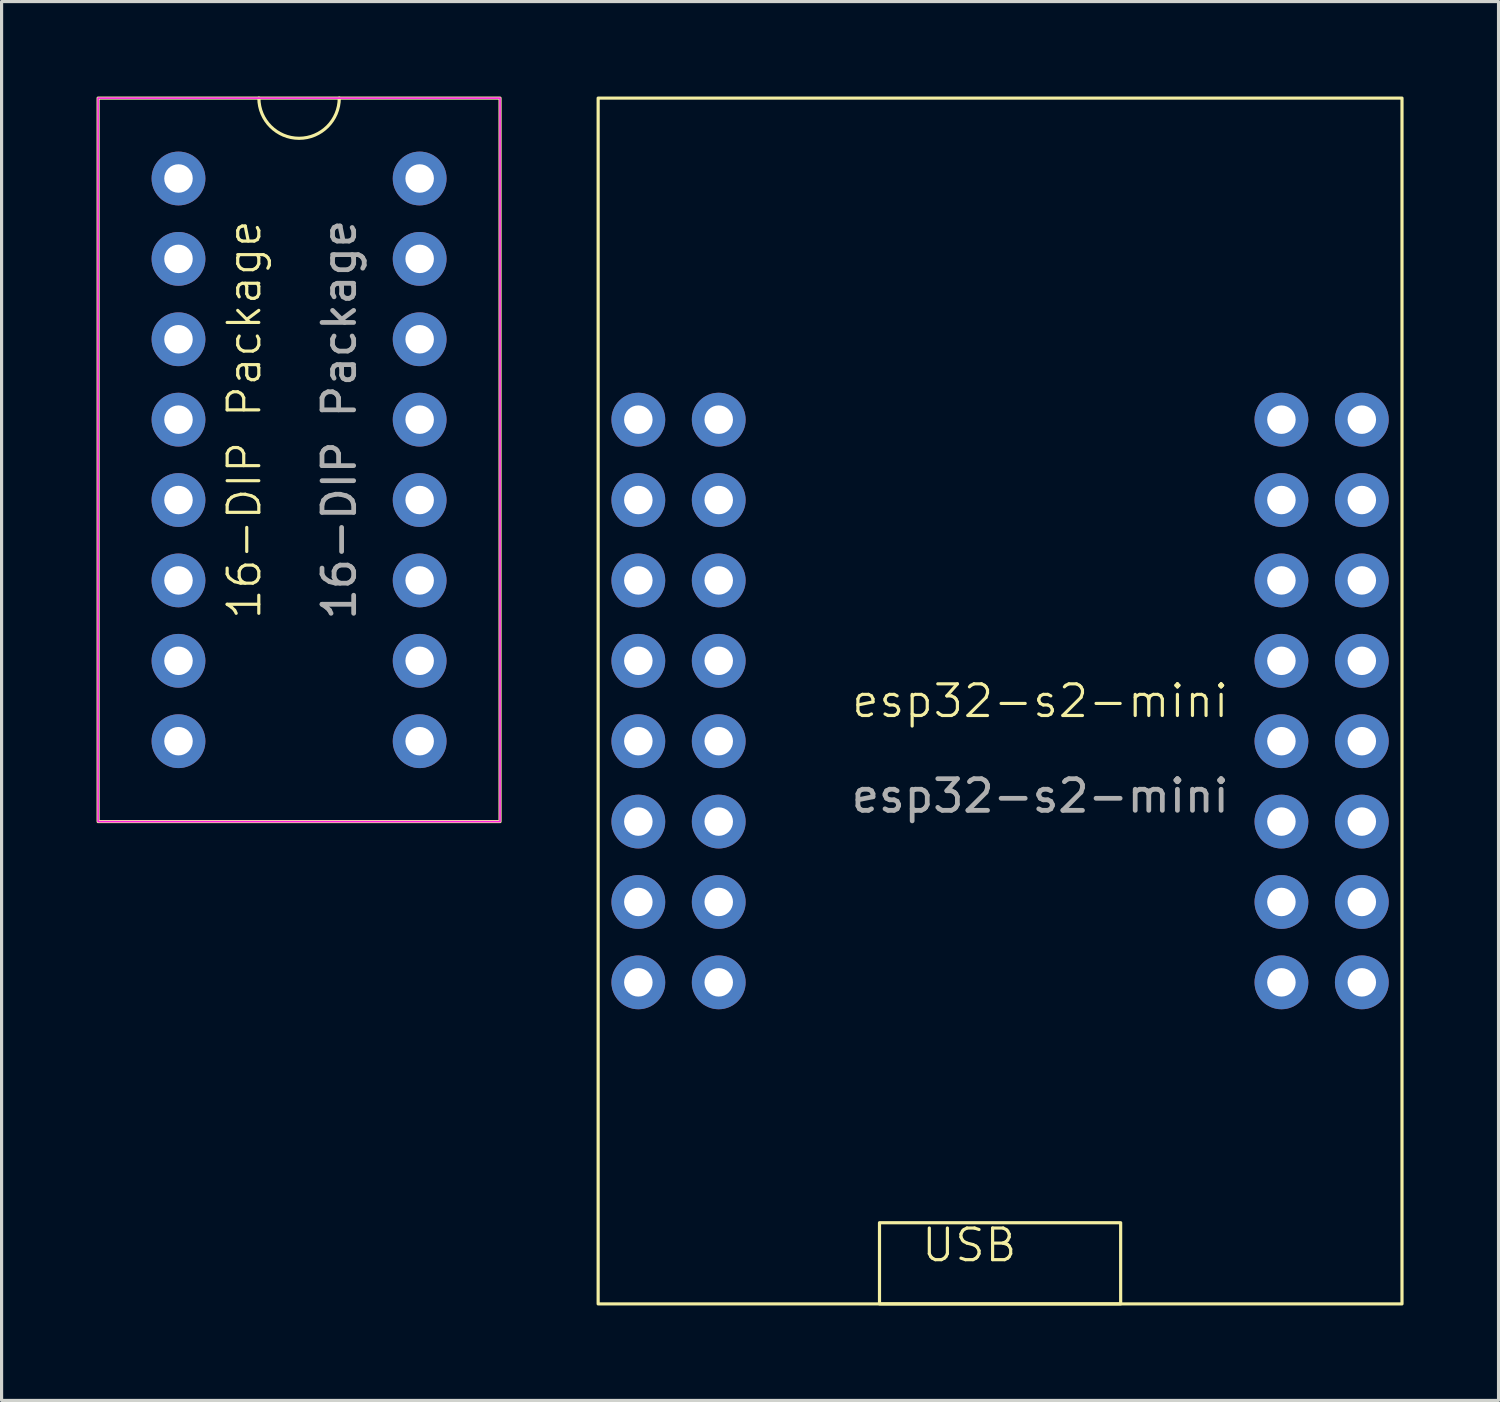
<source format=kicad_pcb>
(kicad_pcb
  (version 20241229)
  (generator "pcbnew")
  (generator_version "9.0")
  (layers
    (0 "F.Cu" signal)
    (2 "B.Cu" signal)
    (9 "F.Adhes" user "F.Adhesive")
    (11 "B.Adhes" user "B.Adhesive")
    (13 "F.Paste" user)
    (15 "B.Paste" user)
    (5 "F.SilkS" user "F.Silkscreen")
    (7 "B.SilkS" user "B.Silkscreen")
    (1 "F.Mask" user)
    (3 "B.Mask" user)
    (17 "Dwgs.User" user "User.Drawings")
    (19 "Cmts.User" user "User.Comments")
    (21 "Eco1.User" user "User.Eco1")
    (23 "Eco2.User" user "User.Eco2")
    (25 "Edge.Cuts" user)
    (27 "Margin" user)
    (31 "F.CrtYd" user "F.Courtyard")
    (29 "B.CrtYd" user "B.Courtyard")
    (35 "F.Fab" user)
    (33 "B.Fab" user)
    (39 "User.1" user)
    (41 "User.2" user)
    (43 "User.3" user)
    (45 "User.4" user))
  (footprint "esp32-s2-mini"
    (layer "F.Cu")
    (at 17.12 27.99)
    (property "Reference" "esp32-s2-mini" (at 12.7 -8.89 0) (unlocked yes) (layer "F.SilkS") (effects (font (size 1 1) (thickness 0.1))))
    (attr through_hole)
    (fp_rect (start -1.27 -27.94) (end 24.13 10.16) (stroke (width 0.1) (type default)) (fill no) (layer "F.SilkS"))
    (fp_rect (start 7.62 7.595) (end 15.24 10.16) (stroke (width 0.1) (type default)) (fill no) (layer "F.SilkS"))
    (fp_text user "USB" (at 8.89 8.89 0) (unlocked yes) (layer "F.SilkS") (effects (font (size 1 1) (thickness 0.1)) (justify left bottom)))
    (fp_text user "${REFERENCE}" (at 12.7 -5.89 0) (unlocked yes) (layer "F.Fab") (effects (font (size 1 1) (thickness 0.15))))
    (pad "1" thru_hole oval (at 0 -17.78) (size 1.7 1.7) (drill 0.9) (layers "*.Cu" "*.Mask"))
    (pad "2" thru_hole oval (at 0 -15.24) (size 1.7 1.7) (drill 0.9) (layers "*.Cu" "*.Mask"))
    (pad "3" thru_hole oval (at 0 -12.7) (size 1.7 1.7) (drill 0.9) (layers "*.Cu" "*.Mask"))
    (pad "4" thru_hole oval (at 0 -10.16) (size 1.7 1.7) (drill 0.9) (layers "*.Cu" "*.Mask"))
    (pad "5" thru_hole oval (at 0 -7.62) (size 1.7 1.7) (drill 0.9) (layers "*.Cu" "*.Mask"))
    (pad "6" thru_hole oval (at 0 -5.08) (size 1.7 1.7) (drill 0.9) (layers "*.Cu" "*.Mask"))
    (pad "7" thru_hole oval (at 0 -2.54) (size 1.7 1.7) (drill 0.9) (layers "*.Cu" "*.Mask"))
    (pad "8" thru_hole oval (at 0 0) (size 1.7 1.7) (drill 0.9) (layers "*.Cu" "*.Mask"))
    (pad "9" thru_hole oval (at 2.54 -17.78) (size 1.7 1.7) (drill 0.9) (layers "*.Cu" "*.Mask"))
    (pad "10" thru_hole oval (at 2.54 -15.24) (size 1.7 1.7) (drill 0.9) (layers "*.Cu" "*.Mask"))
    (pad "11" thru_hole oval (at 2.54 -12.7) (size 1.7 1.7) (drill 0.9) (layers "*.Cu" "*.Mask"))
    (pad "12" thru_hole oval (at 2.54 -10.16) (size 1.7 1.7) (drill 0.9) (layers "*.Cu" "*.Mask"))
    (pad "13" thru_hole oval (at 2.54 -7.62) (size 1.7 1.7) (drill 0.9) (layers "*.Cu" "*.Mask"))
    (pad "14" thru_hole oval (at 2.54 -5.08) (size 1.7 1.7) (drill 0.9) (layers "*.Cu" "*.Mask"))
    (pad "15" thru_hole oval (at 2.54 -2.54) (size 1.7 1.7) (drill 0.9) (layers "*.Cu" "*.Mask"))
    (pad "16" thru_hole oval (at 2.54 0) (size 1.7 1.7) (drill 0.9) (layers "*.Cu" "*.Mask"))
    (pad "17" thru_hole oval (at 20.32 -17.78) (size 1.7 1.7) (drill 0.9) (layers "*.Cu" "*.Mask"))
    (pad "18" thru_hole oval (at 20.32 -15.24) (size 1.7 1.7) (drill 0.9) (layers "*.Cu" "*.Mask"))
    (pad "19" thru_hole oval (at 20.32 -12.7) (size 1.7 1.7) (drill 0.9) (layers "*.Cu" "*.Mask"))
    (pad "20" thru_hole oval (at 20.32 -10.16) (size 1.7 1.7) (drill 0.9) (layers "*.Cu" "*.Mask"))
    (pad "21" thru_hole oval (at 20.32 -7.62) (size 1.7 1.7) (drill 0.9) (layers "*.Cu" "*.Mask"))
    (pad "22" thru_hole oval (at 20.32 -5.08) (size 1.7 1.7) (drill 0.9) (layers "*.Cu" "*.Mask"))
    (pad "23" thru_hole oval (at 20.32 -2.54) (size 1.7 1.7) (drill 0.9) (layers "*.Cu" "*.Mask"))
    (pad "24" thru_hole oval (at 20.32 0) (size 1.7 1.7) (drill 0.9) (layers "*.Cu" "*.Mask"))
    (pad "25" thru_hole oval (at 22.86 -17.78) (size 1.7 1.7) (drill 0.9) (layers "*.Cu" "*.Mask"))
    (pad "26" thru_hole oval (at 22.86 -15.24) (size 1.7 1.7) (drill 0.9) (layers "*.Cu" "*.Mask"))
    (pad "27" thru_hole oval (at 22.86 -12.7) (size 1.7 1.7) (drill 0.9) (layers "*.Cu" "*.Mask"))
    (pad "28" thru_hole oval (at 22.86 -10.16) (size 1.7 1.7) (drill 0.9) (layers "*.Cu" "*.Mask"))
    (pad "29" thru_hole oval (at 22.86 -7.62) (size 1.7 1.7) (drill 0.9) (layers "*.Cu" "*.Mask"))
    (pad "30" thru_hole oval (at 22.86 -5.08) (size 1.7 1.7) (drill 0.9) (layers "*.Cu" "*.Mask"))
    (pad "31" thru_hole oval (at 22.86 -2.54) (size 1.7 1.7) (drill 0.9) (layers "*.Cu" "*.Mask"))
    (pad "32" thru_hole oval (at 22.86 0) (size 1.7 1.7) (drill 0.9) (layers "*.Cu" "*.Mask")))
  (footprint "16-DIP Package"
    (layer "F.Cu")
    (at 2.59 20.37)
    (property "Reference" "16-DIP Package" (at 2.08 -10.16 90) (unlocked yes) (layer "F.SilkS") (effects (font (size 1 1) (thickness 0.1))))
    (attr through_hole)
    (fp_rect (start -2.54 -20.32) (end 10.16 2.54) (stroke (width 0.1) (type default)) (fill no) (layer "F.SilkS"))
    (fp_arc (start 5.08 -20.32) (mid 3.81 -19.05) (end 2.54 -20.32) (stroke (width 0.1) (type default)) (layer "F.SilkS"))
    (fp_rect (start -2.54 -20.32) (end 10.16 2.54) (stroke (width 0.05) (type default)) (fill no) (layer "F.CrtYd"))
    (fp_text user "${REFERENCE}" (at 5.08 -10.16 90) (unlocked yes) (layer "F.Fab") (effects (font (size 1 1) (thickness 0.15))))
    (pad "1" thru_hole oval (at 0 -17.78) (size 1.7 1.7) (drill 0.9) (layers "*.Cu" "*.Mask"))
    (pad "2" thru_hole oval (at 0 -15.24) (size 1.7 1.7) (drill 0.9) (layers "*.Cu" "*.Mask"))
    (pad "3" thru_hole oval (at 0 -12.7) (size 1.7 1.7) (drill 0.9) (layers "*.Cu" "*.Mask"))
    (pad "4" thru_hole oval (at 0 -10.16) (size 1.7 1.7) (drill 0.9) (layers "*.Cu" "*.Mask"))
    (pad "5" thru_hole oval (at 0 -7.62) (size 1.7 1.7) (drill 0.9) (layers "*.Cu" "*.Mask"))
    (pad "6" thru_hole oval (at 0 -5.08) (size 1.7 1.7) (drill 0.9) (layers "*.Cu" "*.Mask"))
    (pad "7" thru_hole oval (at 0 -2.54) (size 1.7 1.7) (drill 0.9) (layers "*.Cu" "*.Mask"))
    (pad "8" thru_hole oval (at 0 0) (size 1.7 1.7) (drill 0.9) (layers "*.Cu" "*.Mask"))
    (pad "9" thru_hole oval (at 7.62 0) (size 1.7 1.7) (drill 0.9) (layers "*.Cu" "*.Mask"))
    (pad "10" thru_hole oval (at 7.62 -2.54) (size 1.7 1.7) (drill 0.9) (layers "*.Cu" "*.Mask"))
    (pad "11" thru_hole oval (at 7.62 -5.08) (size 1.7 1.7) (drill 0.9) (layers "*.Cu" "*.Mask"))
    (pad "12" thru_hole oval (at 7.62 -7.62) (size 1.7 1.7) (drill 0.9) (layers "*.Cu" "*.Mask"))
    (pad "13" thru_hole oval (at 7.62 -10.16) (size 1.7 1.7) (drill 0.9) (layers "*.Cu" "*.Mask"))
    (pad "14" thru_hole oval (at 7.62 -12.7) (size 1.7 1.7) (drill 0.9) (layers "*.Cu" "*.Mask"))
    (pad "15" thru_hole oval (at 7.62 -15.24) (size 1.7 1.7) (drill 0.9) (layers "*.Cu" "*.Mask"))
    (pad "16" thru_hole oval (at 7.62 -17.78) (size 1.7 1.7) (drill 0.9) (layers "*.Cu" "*.Mask")))
  (gr_rect
    (start -3 -3)
    (end 44.3 41.2)
    (stroke (width 0.1) (type default))
    (fill no)
    (layer "Edge.Cuts")))
</source>
